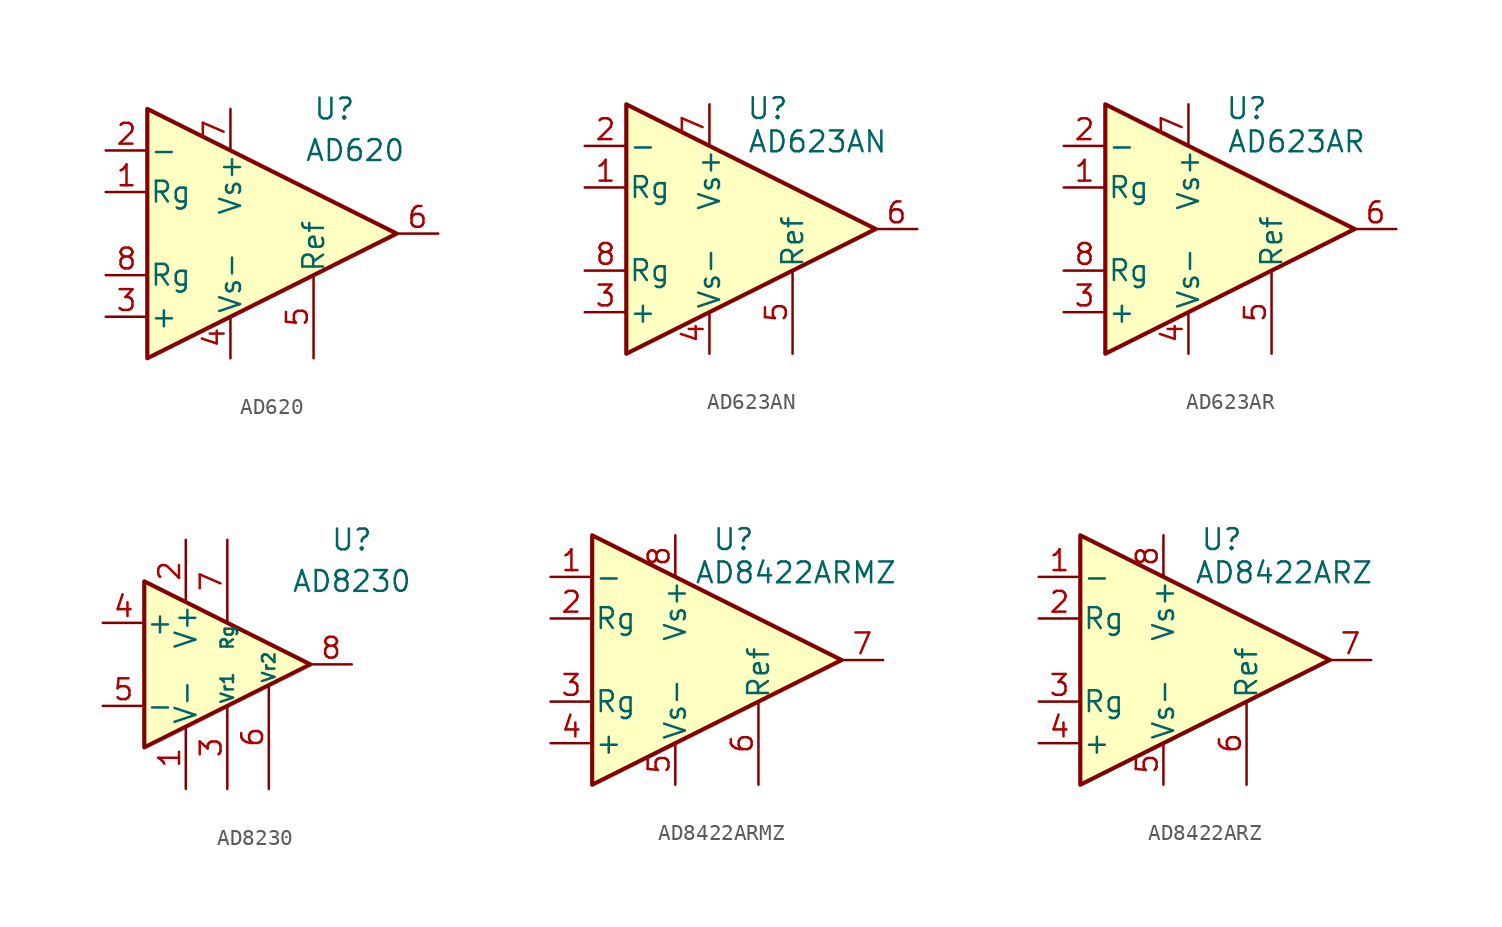
<source format=kicad_sym>
(kicad_symbol_lib
  (version 20211014)
  (generator kicad_symbol_editor)
  (symbol "AD620"
    (pin_names
      (offset 0.127))
    (property "Reference" "U"
      (at 3.81 7.62 0)
      (effects (font (size 1.27 1.27))))
    (property "Value" "AD620"
      (at 5.08 5.08 0)
      (effects (font (size 1.27 1.27))))
    (symbol "AD620_0_1"
      (polyline (pts (xy -7.62 7.62) (xy -7.62 -7.62) (xy 7.62 0) (xy -7.62 7.62)) (stroke (width 0.254) (type default) (color 0 0 0 0)) (fill (type background))))
    (symbol "AD620_1_1"
      (pin passive line (at -10.16 2.54 0) (length 2.54) (name "Rg" (effects (font (size 1.27 1.27)))) (number "1" (effects (font (size 1.27 1.27)))))
      (pin input line (at -10.16 5.08 0) (length 2.54) (name "-" (effects (font (size 1.27 1.27)))) (number "2" (effects (font (size 1.27 1.27)))))
      (pin input line (at -10.16 -5.08 0) (length 2.54) (name "+" (effects (font (size 1.27 1.27)))) (number "3" (effects (font (size 1.27 1.27)))))
      (pin power_in line (at -2.54 -7.62 90) (length 2.54) (name "Vs-" (effects (font (size 1.27 1.27)))) (number "4" (effects (font (size 1.27 1.27)))))
      (pin passive line (at 2.54 -7.62 90) (length 5.08) (name "Ref" (effects (font (size 1.27 1.27)))) (number "5" (effects (font (size 1.27 1.27)))))
      (pin output line (at 10.16 0 180) (length 2.54) (name "~" (effects (font (size 1.27 1.27)))) (number "6" (effects (font (size 1.27 1.27)))))
      (pin power_in line (at -2.54 7.62 270) (length 2.54) (name "Vs+" (effects (font (size 1.27 1.27)))) (number "7" (effects (font (size 1.27 1.27)))))
      (pin passive line (at -10.16 -2.54 0) (length 2.54) (name "Rg" (effects (font (size 1.27 1.27)))) (number "8" (effects (font (size 1.27 1.27)))))))
  (symbol "AD623AN"
    (pin_names
      (offset 0.127))
    (property "Reference" "U"
      (at 3.556 7.366 0)
      (effects (font (size 1.27 1.27))))
    (property "Value" "AD623AN"
      (at 6.604 5.334 0)
      (effects (font (size 1.27 1.27))))
    (symbol "AD623AN_0_1"
      (polyline (pts (xy -5.08 7.62) (xy -5.08 -7.62) (xy 10.16 0) (xy -5.08 7.62)) (stroke (width 0.254) (type default) (color 0 0 0 0)) (fill (type background))))
    (symbol "AD623AN_1_1"
      (pin passive line (at -7.62 2.54 0) (length 2.54) (name "Rg" (effects (font (size 1.27 1.27)))) (number "1" (effects (font (size 1.27 1.27)))))
      (pin input line (at -7.62 5.08 0) (length 2.54) (name "-" (effects (font (size 1.27 1.27)))) (number "2" (effects (font (size 1.27 1.27)))))
      (pin input line (at -7.62 -5.08 0) (length 2.54) (name "+" (effects (font (size 1.27 1.27)))) (number "3" (effects (font (size 1.27 1.27)))))
      (pin power_in line (at 0 -7.62 90) (length 2.54) (name "Vs-" (effects (font (size 1.27 1.27)))) (number "4" (effects (font (size 1.27 1.27)))))
      (pin passive line (at 5.08 -7.62 90) (length 5.08) (name "Ref" (effects (font (size 1.27 1.27)))) (number "5" (effects (font (size 1.27 1.27)))))
      (pin output line (at 12.7 0 180) (length 2.54) (name "~" (effects (font (size 1.27 1.27)))) (number "6" (effects (font (size 1.27 1.27)))))
      (pin power_in line (at 0 7.62 270) (length 2.54) (name "Vs+" (effects (font (size 1.27 1.27)))) (number "7" (effects (font (size 1.27 1.27)))))
      (pin passive line (at -7.62 -2.54 0) (length 2.54) (name "Rg" (effects (font (size 1.27 1.27)))) (number "8" (effects (font (size 1.27 1.27)))))))
  (symbol "AD623AR"
    (pin_names
      (offset 0.127))
    (property "Reference" "U"
      (at 3.556 7.366 0)
      (effects (font (size 1.27 1.27))))
    (property "Value" "AD623AR"
      (at 6.604 5.334 0)
      (effects (font (size 1.27 1.27))))
    (symbol "AD623AR_0_1"
      (polyline (pts (xy -5.08 7.62) (xy -5.08 -7.62) (xy 10.16 0) (xy -5.08 7.62)) (stroke (width 0.254) (type default) (color 0 0 0 0)) (fill (type background))))
    (symbol "AD623AR_1_1"
      (pin passive line (at -7.62 2.54 0) (length 2.54) (name "Rg" (effects (font (size 1.27 1.27)))) (number "1" (effects (font (size 1.27 1.27)))))
      (pin input line (at -7.62 5.08 0) (length 2.54) (name "-" (effects (font (size 1.27 1.27)))) (number "2" (effects (font (size 1.27 1.27)))))
      (pin input line (at -7.62 -5.08 0) (length 2.54) (name "+" (effects (font (size 1.27 1.27)))) (number "3" (effects (font (size 1.27 1.27)))))
      (pin power_in line (at 0 -7.62 90) (length 2.54) (name "Vs-" (effects (font (size 1.27 1.27)))) (number "4" (effects (font (size 1.27 1.27)))))
      (pin passive line (at 5.08 -7.62 90) (length 5.08) (name "Ref" (effects (font (size 1.27 1.27)))) (number "5" (effects (font (size 1.27 1.27)))))
      (pin output line (at 12.7 0 180) (length 2.54) (name "~" (effects (font (size 1.27 1.27)))) (number "6" (effects (font (size 1.27 1.27)))))
      (pin power_in line (at 0 7.62 270) (length 2.54) (name "Vs+" (effects (font (size 1.27 1.27)))) (number "7" (effects (font (size 1.27 1.27)))))
      (pin passive line (at -7.62 -2.54 0) (length 2.54) (name "Rg" (effects (font (size 1.27 1.27)))) (number "8" (effects (font (size 1.27 1.27)))))))
  (symbol "AD8230"
    (pin_names
      (offset 0.076))
    (property "Reference" "U"
      (at 7.62 7.62 0)
      (effects (font (size 1.27 1.27))))
    (property "Value" "AD8230"
      (at 7.62 5.08 0)
      (effects (font (size 1.27 1.27))))
    (symbol "AD8230_0_1"
      (polyline (pts (xy -5.08 5.08) (xy -5.08 0) (xy -5.08 -5.08) (xy 5.08 0) (xy -5.08 5.08)) (stroke (width 0.254) (type default) (color 0 0 0 0)) (fill (type background))))
    (symbol "AD8230_1_1"
      (pin power_in line (at -2.54 -7.62 90) (length 3.81) (name "V-" (effects (font (size 1.27 1.27)))) (number "1" (effects (font (size 1.27 1.27)))))
      (pin power_in line (at -2.54 7.62 270) (length 3.81) (name "V+" (effects (font (size 1.27 1.27)))) (number "2" (effects (font (size 1.27 1.27)))))
      (pin input line (at 0 -7.62 90) (length 5.08) (name "Vr1" (effects (font (size 0.762 0.762)))) (number "3" (effects (font (size 1.27 1.27)))))
      (pin input line (at -7.62 2.54 0) (length 2.54) (name "+" (effects (font (size 1.27 1.27)))) (number "4" (effects (font (size 1.27 1.27)))))
      (pin input line (at -7.62 -2.54 0) (length 2.54) (name "-" (effects (font (size 1.27 1.27)))) (number "5" (effects (font (size 1.27 1.27)))))
      (pin input line (at 2.54 -7.62 90) (length 6.35) (name "Vr2" (effects (font (size 0.762 0.762)))) (number "6" (effects (font (size 1.27 1.27)))))
      (pin output line (at 0 7.62 270) (length 5.08) (name "Rg" (effects (font (size 0.762 0.762)))) (number "7" (effects (font (size 1.27 1.27)))))
      (pin output line (at 7.62 0 180) (length 2.54) (name "~" (effects (font (size 1.27 1.27)))) (number "8" (effects (font (size 1.27 1.27)))))))
  (symbol "AD8422ARMZ"
    (pin_names
      (offset 0.127))
    (property "Reference" "U"
      (at 3.556 7.366 0)
      (effects (font (size 1.27 1.27))))
    (property "Value" "AD8422ARMZ"
      (at 7.366 5.334 0)
      (effects (font (size 1.27 1.27))))
    (symbol "AD8422ARMZ_0_1"
      (polyline (pts (xy -5.08 7.62) (xy -5.08 -7.62) (xy 10.16 0) (xy -5.08 7.62)) (stroke (width 0.254) (type default) (color 0 0 0 0)) (fill (type background))))
    (symbol "AD8422ARMZ_1_1"
      (pin input line (at -7.62 5.08 0) (length 2.54) (name "-" (effects (font (size 1.27 1.27)))) (number "1" (effects (font (size 1.27 1.27)))))
      (pin passive line (at -7.62 2.54 0) (length 2.54) (name "Rg" (effects (font (size 1.27 1.27)))) (number "2" (effects (font (size 1.27 1.27)))))
      (pin passive line (at -7.62 -2.54 0) (length 2.54) (name "Rg" (effects (font (size 1.27 1.27)))) (number "3" (effects (font (size 1.27 1.27)))))
      (pin input line (at -7.62 -5.08 0) (length 2.54) (name "+" (effects (font (size 1.27 1.27)))) (number "4" (effects (font (size 1.27 1.27)))))
      (pin power_in line (at 0 -7.62 90) (length 2.54) (name "Vs-" (effects (font (size 1.27 1.27)))) (number "5" (effects (font (size 1.27 1.27)))))
      (pin passive line (at 5.08 -7.62 90) (length 5.08) (name "Ref" (effects (font (size 1.27 1.27)))) (number "6" (effects (font (size 1.27 1.27)))))
      (pin output line (at 12.7 0 180) (length 2.54) (name "~" (effects (font (size 1.27 1.27)))) (number "7" (effects (font (size 1.27 1.27)))))
      (pin power_in line (at 0 7.62 270) (length 2.54) (name "Vs+" (effects (font (size 1.27 1.27)))) (number "8" (effects (font (size 1.27 1.27)))))))
  (symbol "AD8422ARZ"
    (pin_names
      (offset 0.127))
    (property "Reference" "U"
      (at 3.556 7.366 0)
      (effects (font (size 1.27 1.27))))
    (property "Value" "AD8422ARZ"
      (at 7.366 5.334 0)
      (effects (font (size 1.27 1.27))))
    (symbol "AD8422ARZ_0_1"
      (polyline (pts (xy -5.08 7.62) (xy -5.08 -7.62) (xy 10.16 0) (xy -5.08 7.62)) (stroke (width 0.254) (type default) (color 0 0 0 0)) (fill (type background))))
    (symbol "AD8422ARZ_1_1"
      (pin input line (at -7.62 5.08 0) (length 2.54) (name "-" (effects (font (size 1.27 1.27)))) (number "1" (effects (font (size 1.27 1.27)))))
      (pin passive line (at -7.62 2.54 0) (length 2.54) (name "Rg" (effects (font (size 1.27 1.27)))) (number "2" (effects (font (size 1.27 1.27)))))
      (pin passive line (at -7.62 -2.54 0) (length 2.54) (name "Rg" (effects (font (size 1.27 1.27)))) (number "3" (effects (font (size 1.27 1.27)))))
      (pin input line (at -7.62 -5.08 0) (length 2.54) (name "+" (effects (font (size 1.27 1.27)))) (number "4" (effects (font (size 1.27 1.27)))))
      (pin power_in line (at 0 -7.62 90) (length 2.54) (name "Vs-" (effects (font (size 1.27 1.27)))) (number "5" (effects (font (size 1.27 1.27)))))
      (pin passive line (at 5.08 -7.62 90) (length 5.08) (name "Ref" (effects (font (size 1.27 1.27)))) (number "6" (effects (font (size 1.27 1.27)))))
      (pin output line (at 12.7 0 180) (length 2.54) (name "~" (effects (font (size 1.27 1.27)))) (number "7" (effects (font (size 1.27 1.27)))))
      (pin power_in line (at 0 7.62 270) (length 2.54) (name "Vs+" (effects (font (size 1.27 1.27)))) (number "8" (effects (font (size 1.27 1.27))))))))
</source>
